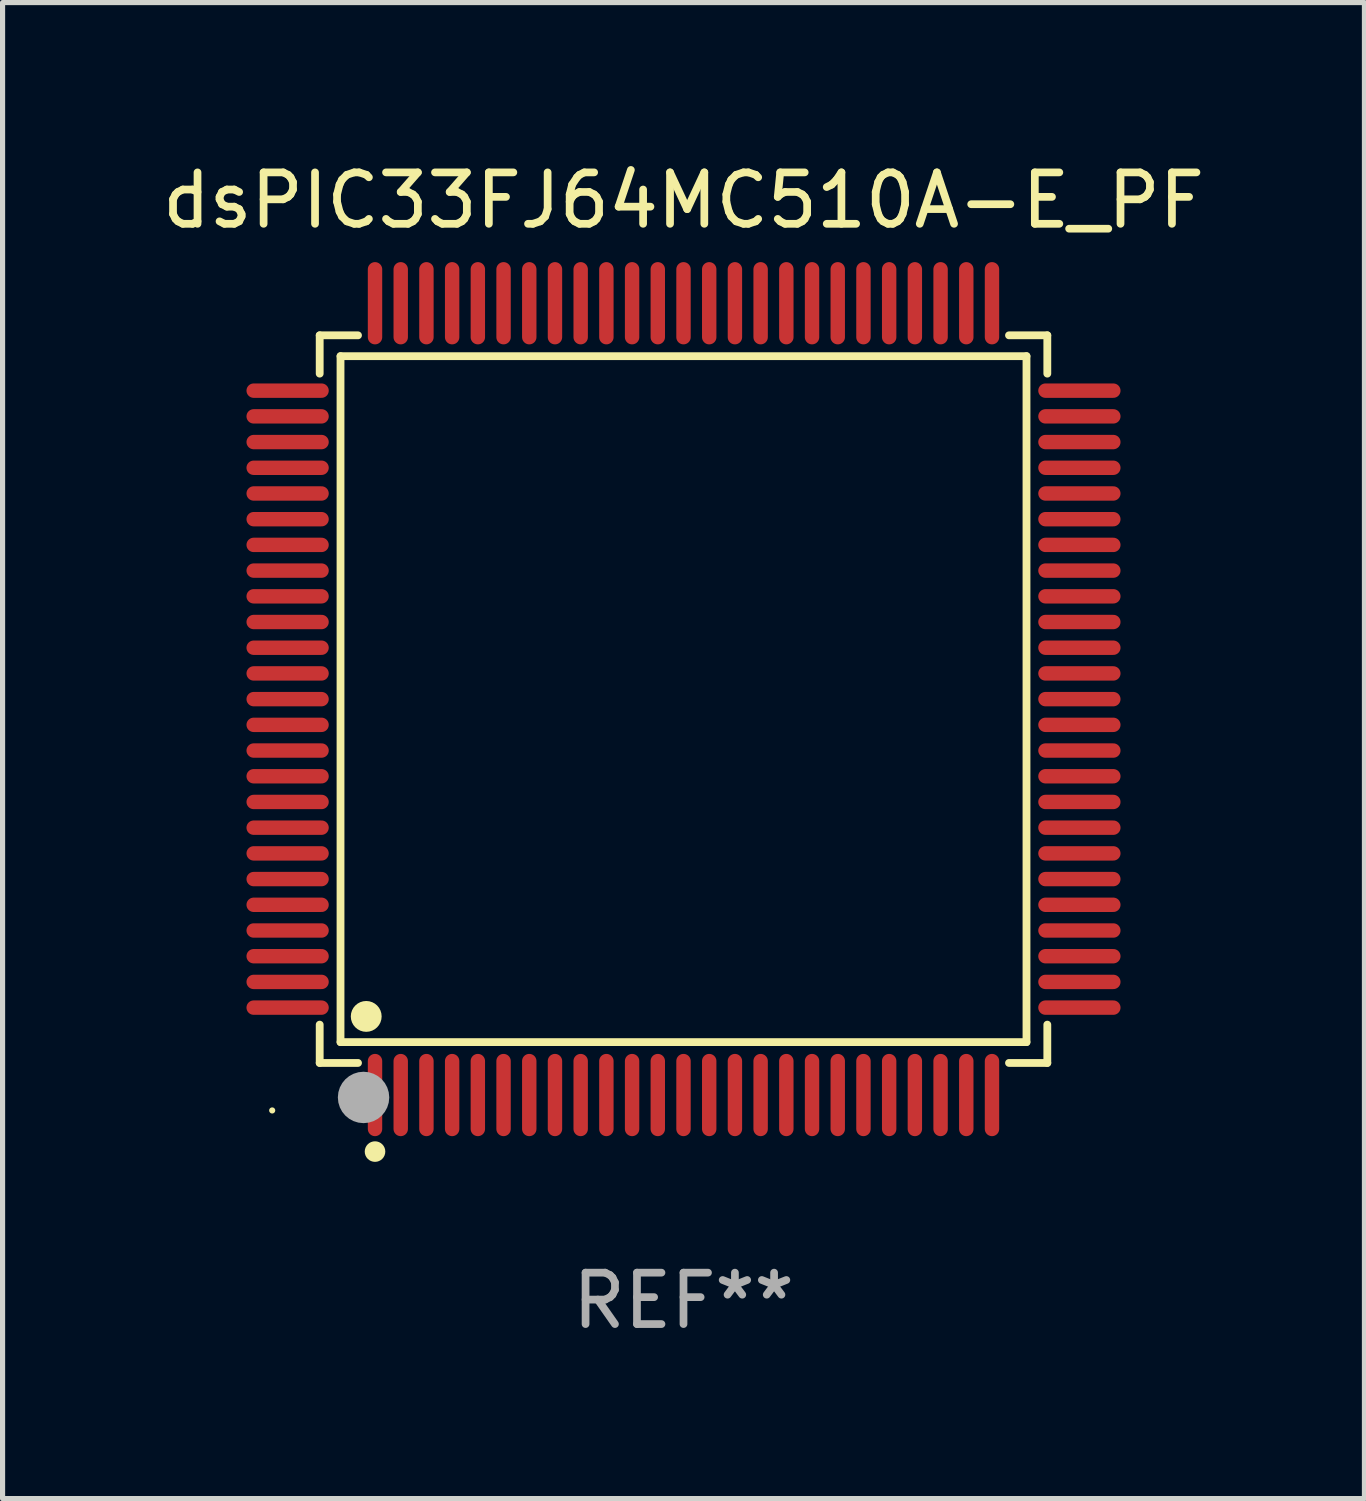
<source format=kicad_pcb>
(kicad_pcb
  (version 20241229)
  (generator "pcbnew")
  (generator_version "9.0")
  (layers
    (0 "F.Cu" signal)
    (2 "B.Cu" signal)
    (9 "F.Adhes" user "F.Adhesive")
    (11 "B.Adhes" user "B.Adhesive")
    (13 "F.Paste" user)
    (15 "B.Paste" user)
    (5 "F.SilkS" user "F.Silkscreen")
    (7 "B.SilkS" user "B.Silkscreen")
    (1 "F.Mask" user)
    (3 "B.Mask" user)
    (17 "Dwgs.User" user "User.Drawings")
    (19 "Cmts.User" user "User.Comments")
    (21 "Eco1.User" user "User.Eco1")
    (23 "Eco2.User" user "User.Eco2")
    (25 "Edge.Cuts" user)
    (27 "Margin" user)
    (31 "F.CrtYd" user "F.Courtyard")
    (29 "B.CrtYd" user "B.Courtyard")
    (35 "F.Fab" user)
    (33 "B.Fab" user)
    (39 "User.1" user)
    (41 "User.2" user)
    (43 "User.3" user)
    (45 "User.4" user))
  (footprint "dsPIC33FJ64MC510A-E_PF"
    (layer "F.Cu")
    (at 10.244 10.548)
    (property "Reference" "dsPIC33FJ64MC510A-E_PF" (at 0 -9.7 0) (layer "F.SilkS") (effects (font (size 1 1) (thickness 0.15))))
    (attr through_hole)
    (fp_line (start -7.076 -7.076) (end -6.331 -7.076) (stroke (width 0.152) (type solid)) (layer "F.SilkS"))
    (fp_line (start -7.076 -6.331) (end -7.076 -7.076) (stroke (width 0.152) (type solid)) (layer "F.SilkS"))
    (fp_line (start -7.076 6.331) (end -7.076 7.076) (stroke (width 0.152) (type solid)) (layer "F.SilkS"))
    (fp_line (start -7.076 7.076) (end -6.331 7.076) (stroke (width 0.152) (type solid)) (layer "F.SilkS"))
    (fp_line (start -6.671 -6.671) (end 6.671 -6.671) (stroke (width 0.152) (type solid)) (layer "F.SilkS"))
    (fp_line (start -6.671 6.671) (end -6.671 -6.671) (stroke (width 0.152) (type solid)) (layer "F.SilkS"))
    (fp_line (start 6.671 -6.671) (end 6.671 6.671) (stroke (width 0.152) (type solid)) (layer "F.SilkS"))
    (fp_line (start 6.671 6.671) (end -6.671 6.671) (stroke (width 0.152) (type solid)) (layer "F.SilkS"))
    (fp_line (start 7.076 -7.076) (end 6.331 -7.076) (stroke (width 0.152) (type solid)) (layer "F.SilkS"))
    (fp_line (start 7.076 -6.331) (end 7.076 -7.076) (stroke (width 0.152) (type solid)) (layer "F.SilkS"))
    (fp_line (start 7.076 6.331) (end 7.076 7.076) (stroke (width 0.152) (type solid)) (layer "F.SilkS"))
    (fp_line (start 7.076 7.076) (end 6.331 7.076) (stroke (width 0.152) (type solid)) (layer "F.SilkS"))
    (fp_circle (center -8 8) (end -7.97 8) (stroke (width 0.06) (type solid)) (fill no) (layer "F.SilkS"))
    (fp_circle (center -6.171 6.171) (end -6.021 6.171) (stroke (width 0.3) (type solid)) (fill no) (layer "F.SilkS"))
    (fp_circle (center -6 8.8) (end -5.9 8.8) (stroke (width 0.2) (type solid)) (fill no) (layer "F.SilkS"))
    (fp_circle (center -6.223 7.747) (end -5.973 7.747) (stroke (width 0.5) (type solid)) (fill no) (layer "F.Fab"))
    (fp_text user "REF**" (at 0 11.7 0) (layer "F.Fab") (effects (font (size 1 1) (thickness 0.15))))
    (pad "1" smd oval (at -6 7.7) (size 0.28 1.6) (layers "F.Cu" "F.Mask" "F.Paste"))
    (pad "2" smd oval (at -5.5 7.7) (size 0.28 1.6) (layers "F.Cu" "F.Mask" "F.Paste"))
    (pad "3" smd oval (at -5 7.7) (size 0.28 1.6) (layers "F.Cu" "F.Mask" "F.Paste"))
    (pad "4" smd oval (at -4.5 7.7) (size 0.28 1.6) (layers "F.Cu" "F.Mask" "F.Paste"))
    (pad "5" smd oval (at -4 7.7) (size 0.28 1.6) (layers "F.Cu" "F.Mask" "F.Paste"))
    (pad "6" smd oval (at -3.5 7.7) (size 0.28 1.6) (layers "F.Cu" "F.Mask" "F.Paste"))
    (pad "7" smd oval (at -3 7.7) (size 0.28 1.6) (layers "F.Cu" "F.Mask" "F.Paste"))
    (pad "8" smd oval (at -2.5 7.7) (size 0.28 1.6) (layers "F.Cu" "F.Mask" "F.Paste"))
    (pad "9" smd oval (at -2 7.7) (size 0.28 1.6) (layers "F.Cu" "F.Mask" "F.Paste"))
    (pad "10" smd oval (at -1.5 7.7) (size 0.28 1.6) (layers "F.Cu" "F.Mask" "F.Paste"))
    (pad "11" smd oval (at -1 7.7) (size 0.28 1.6) (layers "F.Cu" "F.Mask" "F.Paste"))
    (pad "12" smd oval (at -0.5 7.7) (size 0.28 1.6) (layers "F.Cu" "F.Mask" "F.Paste"))
    (pad "13" smd oval (at 0 7.7) (size 0.28 1.6) (layers "F.Cu" "F.Mask" "F.Paste"))
    (pad "14" smd oval (at 0.5 7.7) (size 0.28 1.6) (layers "F.Cu" "F.Mask" "F.Paste"))
    (pad "15" smd oval (at 1 7.7) (size 0.28 1.6) (layers "F.Cu" "F.Mask" "F.Paste"))
    (pad "16" smd oval (at 1.5 7.7) (size 0.28 1.6) (layers "F.Cu" "F.Mask" "F.Paste"))
    (pad "17" smd oval (at 2 7.7) (size 0.28 1.6) (layers "F.Cu" "F.Mask" "F.Paste"))
    (pad "18" smd oval (at 2.5 7.7) (size 0.28 1.6) (layers "F.Cu" "F.Mask" "F.Paste"))
    (pad "19" smd oval (at 3 7.7) (size 0.28 1.6) (layers "F.Cu" "F.Mask" "F.Paste"))
    (pad "20" smd oval (at 3.5 7.7) (size 0.28 1.6) (layers "F.Cu" "F.Mask" "F.Paste"))
    (pad "21" smd oval (at 4 7.7) (size 0.28 1.6) (layers "F.Cu" "F.Mask" "F.Paste"))
    (pad "22" smd oval (at 4.5 7.7) (size 0.28 1.6) (layers "F.Cu" "F.Mask" "F.Paste"))
    (pad "23" smd oval (at 5 7.7) (size 0.28 1.6) (layers "F.Cu" "F.Mask" "F.Paste"))
    (pad "24" smd oval (at 5.5 7.7) (size 0.28 1.6) (layers "F.Cu" "F.Mask" "F.Paste"))
    (pad "25" smd oval (at 6 7.7) (size 0.28 1.6) (layers "F.Cu" "F.Mask" "F.Paste"))
    (pad "26" smd oval (at 7.7 6) (size 1.6 0.28) (layers "F.Cu" "F.Mask" "F.Paste"))
    (pad "27" smd oval (at 7.7 5.5) (size 1.6 0.28) (layers "F.Cu" "F.Mask" "F.Paste"))
    (pad "28" smd oval (at 7.7 5) (size 1.6 0.28) (layers "F.Cu" "F.Mask" "F.Paste"))
    (pad "29" smd oval (at 7.7 4.5) (size 1.6 0.28) (layers "F.Cu" "F.Mask" "F.Paste"))
    (pad "30" smd oval (at 7.7 4) (size 1.6 0.28) (layers "F.Cu" "F.Mask" "F.Paste"))
    (pad "31" smd oval (at 7.7 3.5) (size 1.6 0.28) (layers "F.Cu" "F.Mask" "F.Paste"))
    (pad "32" smd oval (at 7.7 3) (size 1.6 0.28) (layers "F.Cu" "F.Mask" "F.Paste"))
    (pad "33" smd oval (at 7.7 2.5) (size 1.6 0.28) (layers "F.Cu" "F.Mask" "F.Paste"))
    (pad "34" smd oval (at 7.7 2) (size 1.6 0.28) (layers "F.Cu" "F.Mask" "F.Paste"))
    (pad "35" smd oval (at 7.7 1.5) (size 1.6 0.28) (layers "F.Cu" "F.Mask" "F.Paste"))
    (pad "36" smd oval (at 7.7 1) (size 1.6 0.28) (layers "F.Cu" "F.Mask" "F.Paste"))
    (pad "37" smd oval (at 7.7 0.5) (size 1.6 0.28) (layers "F.Cu" "F.Mask" "F.Paste"))
    (pad "38" smd oval (at 7.7 0) (size 1.6 0.28) (layers "F.Cu" "F.Mask" "F.Paste"))
    (pad "39" smd oval (at 7.7 -0.5) (size 1.6 0.28) (layers "F.Cu" "F.Mask" "F.Paste"))
    (pad "40" smd oval (at 7.7 -1) (size 1.6 0.28) (layers "F.Cu" "F.Mask" "F.Paste"))
    (pad "41" smd oval (at 7.7 -1.5) (size 1.6 0.28) (layers "F.Cu" "F.Mask" "F.Paste"))
    (pad "42" smd oval (at 7.7 -2) (size 1.6 0.28) (layers "F.Cu" "F.Mask" "F.Paste"))
    (pad "43" smd oval (at 7.7 -2.5) (size 1.6 0.28) (layers "F.Cu" "F.Mask" "F.Paste"))
    (pad "44" smd oval (at 7.7 -3) (size 1.6 0.28) (layers "F.Cu" "F.Mask" "F.Paste"))
    (pad "45" smd oval (at 7.7 -3.5) (size 1.6 0.28) (layers "F.Cu" "F.Mask" "F.Paste"))
    (pad "46" smd oval (at 7.7 -4) (size 1.6 0.28) (layers "F.Cu" "F.Mask" "F.Paste"))
    (pad "47" smd oval (at 7.7 -4.5) (size 1.6 0.28) (layers "F.Cu" "F.Mask" "F.Paste"))
    (pad "48" smd oval (at 7.7 -5) (size 1.6 0.28) (layers "F.Cu" "F.Mask" "F.Paste"))
    (pad "49" smd oval (at 7.7 -5.5) (size 1.6 0.28) (layers "F.Cu" "F.Mask" "F.Paste"))
    (pad "50" smd oval (at 7.7 -6) (size 1.6 0.28) (layers "F.Cu" "F.Mask" "F.Paste"))
    (pad "51" smd oval (at 6 -7.7) (size 0.28 1.6) (layers "F.Cu" "F.Mask" "F.Paste"))
    (pad "52" smd oval (at 5.5 -7.7) (size 0.28 1.6) (layers "F.Cu" "F.Mask" "F.Paste"))
    (pad "53" smd oval (at 5 -7.7) (size 0.28 1.6) (layers "F.Cu" "F.Mask" "F.Paste"))
    (pad "54" smd oval (at 4.5 -7.7) (size 0.28 1.6) (layers "F.Cu" "F.Mask" "F.Paste"))
    (pad "55" smd oval (at 4 -7.7) (size 0.28 1.6) (layers "F.Cu" "F.Mask" "F.Paste"))
    (pad "56" smd oval (at 3.5 -7.7) (size 0.28 1.6) (layers "F.Cu" "F.Mask" "F.Paste"))
    (pad "57" smd oval (at 3 -7.7) (size 0.28 1.6) (layers "F.Cu" "F.Mask" "F.Paste"))
    (pad "58" smd oval (at 2.5 -7.7) (size 0.28 1.6) (layers "F.Cu" "F.Mask" "F.Paste"))
    (pad "59" smd oval (at 2 -7.7) (size 0.28 1.6) (layers "F.Cu" "F.Mask" "F.Paste"))
    (pad "60" smd oval (at 1.5 -7.7) (size 0.28 1.6) (layers "F.Cu" "F.Mask" "F.Paste"))
    (pad "61" smd oval (at 1 -7.7) (size 0.28 1.6) (layers "F.Cu" "F.Mask" "F.Paste"))
    (pad "62" smd oval (at 0.5 -7.7) (size 0.28 1.6) (layers "F.Cu" "F.Mask" "F.Paste"))
    (pad "63" smd oval (at 0 -7.7) (size 0.28 1.6) (layers "F.Cu" "F.Mask" "F.Paste"))
    (pad "64" smd oval (at -0.5 -7.7) (size 0.28 1.6) (layers "F.Cu" "F.Mask" "F.Paste"))
    (pad "65" smd oval (at -1 -7.7) (size 0.28 1.6) (layers "F.Cu" "F.Mask" "F.Paste"))
    (pad "66" smd oval (at -1.5 -7.7) (size 0.28 1.6) (layers "F.Cu" "F.Mask" "F.Paste"))
    (pad "67" smd oval (at -2 -7.7) (size 0.28 1.6) (layers "F.Cu" "F.Mask" "F.Paste"))
    (pad "68" smd oval (at -2.5 -7.7) (size 0.28 1.6) (layers "F.Cu" "F.Mask" "F.Paste"))
    (pad "69" smd oval (at -3 -7.7) (size 0.28 1.6) (layers "F.Cu" "F.Mask" "F.Paste"))
    (pad "70" smd oval (at -3.5 -7.7) (size 0.28 1.6) (layers "F.Cu" "F.Mask" "F.Paste"))
    (pad "71" smd oval (at -4 -7.7) (size 0.28 1.6) (layers "F.Cu" "F.Mask" "F.Paste"))
    (pad "72" smd oval (at -4.5 -7.7) (size 0.28 1.6) (layers "F.Cu" "F.Mask" "F.Paste"))
    (pad "73" smd oval (at -5 -7.7) (size 0.28 1.6) (layers "F.Cu" "F.Mask" "F.Paste"))
    (pad "74" smd oval (at -5.5 -7.7) (size 0.28 1.6) (layers "F.Cu" "F.Mask" "F.Paste"))
    (pad "75" smd oval (at -6 -7.7) (size 0.28 1.6) (layers "F.Cu" "F.Mask" "F.Paste"))
    (pad "76" smd oval (at -7.7 -6) (size 1.6 0.28) (layers "F.Cu" "F.Mask" "F.Paste"))
    (pad "77" smd oval (at -7.7 -5.5) (size 1.6 0.28) (layers "F.Cu" "F.Mask" "F.Paste"))
    (pad "78" smd oval (at -7.7 -5) (size 1.6 0.28) (layers "F.Cu" "F.Mask" "F.Paste"))
    (pad "79" smd oval (at -7.7 -4.5) (size 1.6 0.28) (layers "F.Cu" "F.Mask" "F.Paste"))
    (pad "80" smd oval (at -7.7 -4) (size 1.6 0.28) (layers "F.Cu" "F.Mask" "F.Paste"))
    (pad "81" smd oval (at -7.7 -3.5) (size 1.6 0.28) (layers "F.Cu" "F.Mask" "F.Paste"))
    (pad "82" smd oval (at -7.7 -3) (size 1.6 0.28) (layers "F.Cu" "F.Mask" "F.Paste"))
    (pad "83" smd oval (at -7.7 -2.5) (size 1.6 0.28) (layers "F.Cu" "F.Mask" "F.Paste"))
    (pad "84" smd oval (at -7.7 -2) (size 1.6 0.28) (layers "F.Cu" "F.Mask" "F.Paste"))
    (pad "85" smd oval (at -7.7 -1.5) (size 1.6 0.28) (layers "F.Cu" "F.Mask" "F.Paste"))
    (pad "86" smd oval (at -7.7 -1) (size 1.6 0.28) (layers "F.Cu" "F.Mask" "F.Paste"))
    (pad "87" smd oval (at -7.7 -0.5) (size 1.6 0.28) (layers "F.Cu" "F.Mask" "F.Paste"))
    (pad "88" smd oval (at -7.7 0) (size 1.6 0.28) (layers "F.Cu" "F.Mask" "F.Paste"))
    (pad "89" smd oval (at -7.7 0.5) (size 1.6 0.28) (layers "F.Cu" "F.Mask" "F.Paste"))
    (pad "90" smd oval (at -7.7 1) (size 1.6 0.28) (layers "F.Cu" "F.Mask" "F.Paste"))
    (pad "91" smd oval (at -7.7 1.5) (size 1.6 0.28) (layers "F.Cu" "F.Mask" "F.Paste"))
    (pad "92" smd oval (at -7.7 2) (size 1.6 0.28) (layers "F.Cu" "F.Mask" "F.Paste"))
    (pad "93" smd oval (at -7.7 2.5) (size 1.6 0.28) (layers "F.Cu" "F.Mask" "F.Paste"))
    (pad "94" smd oval (at -7.7 3) (size 1.6 0.28) (layers "F.Cu" "F.Mask" "F.Paste"))
    (pad "95" smd oval (at -7.7 3.5) (size 1.6 0.28) (layers "F.Cu" "F.Mask" "F.Paste"))
    (pad "96" smd oval (at -7.7 4) (size 1.6 0.28) (layers "F.Cu" "F.Mask" "F.Paste"))
    (pad "97" smd oval (at -7.7 4.5) (size 1.6 0.28) (layers "F.Cu" "F.Mask" "F.Paste"))
    (pad "98" smd oval (at -7.7 5) (size 1.6 0.28) (layers "F.Cu" "F.Mask" "F.Paste"))
    (pad "99" smd oval (at -7.7 5.5) (size 1.6 0.28) (layers "F.Cu" "F.Mask" "F.Paste"))
    (pad "100" smd oval (at -7.7 6) (size 1.6 0.28) (layers "F.Cu" "F.Mask" "F.Paste")))
  (gr_rect
    (start -3 -3)
    (end 23.488 26.097)
    (stroke (width 0.1) (type default))
    (fill no)
    (layer "Edge.Cuts")))
</source>
